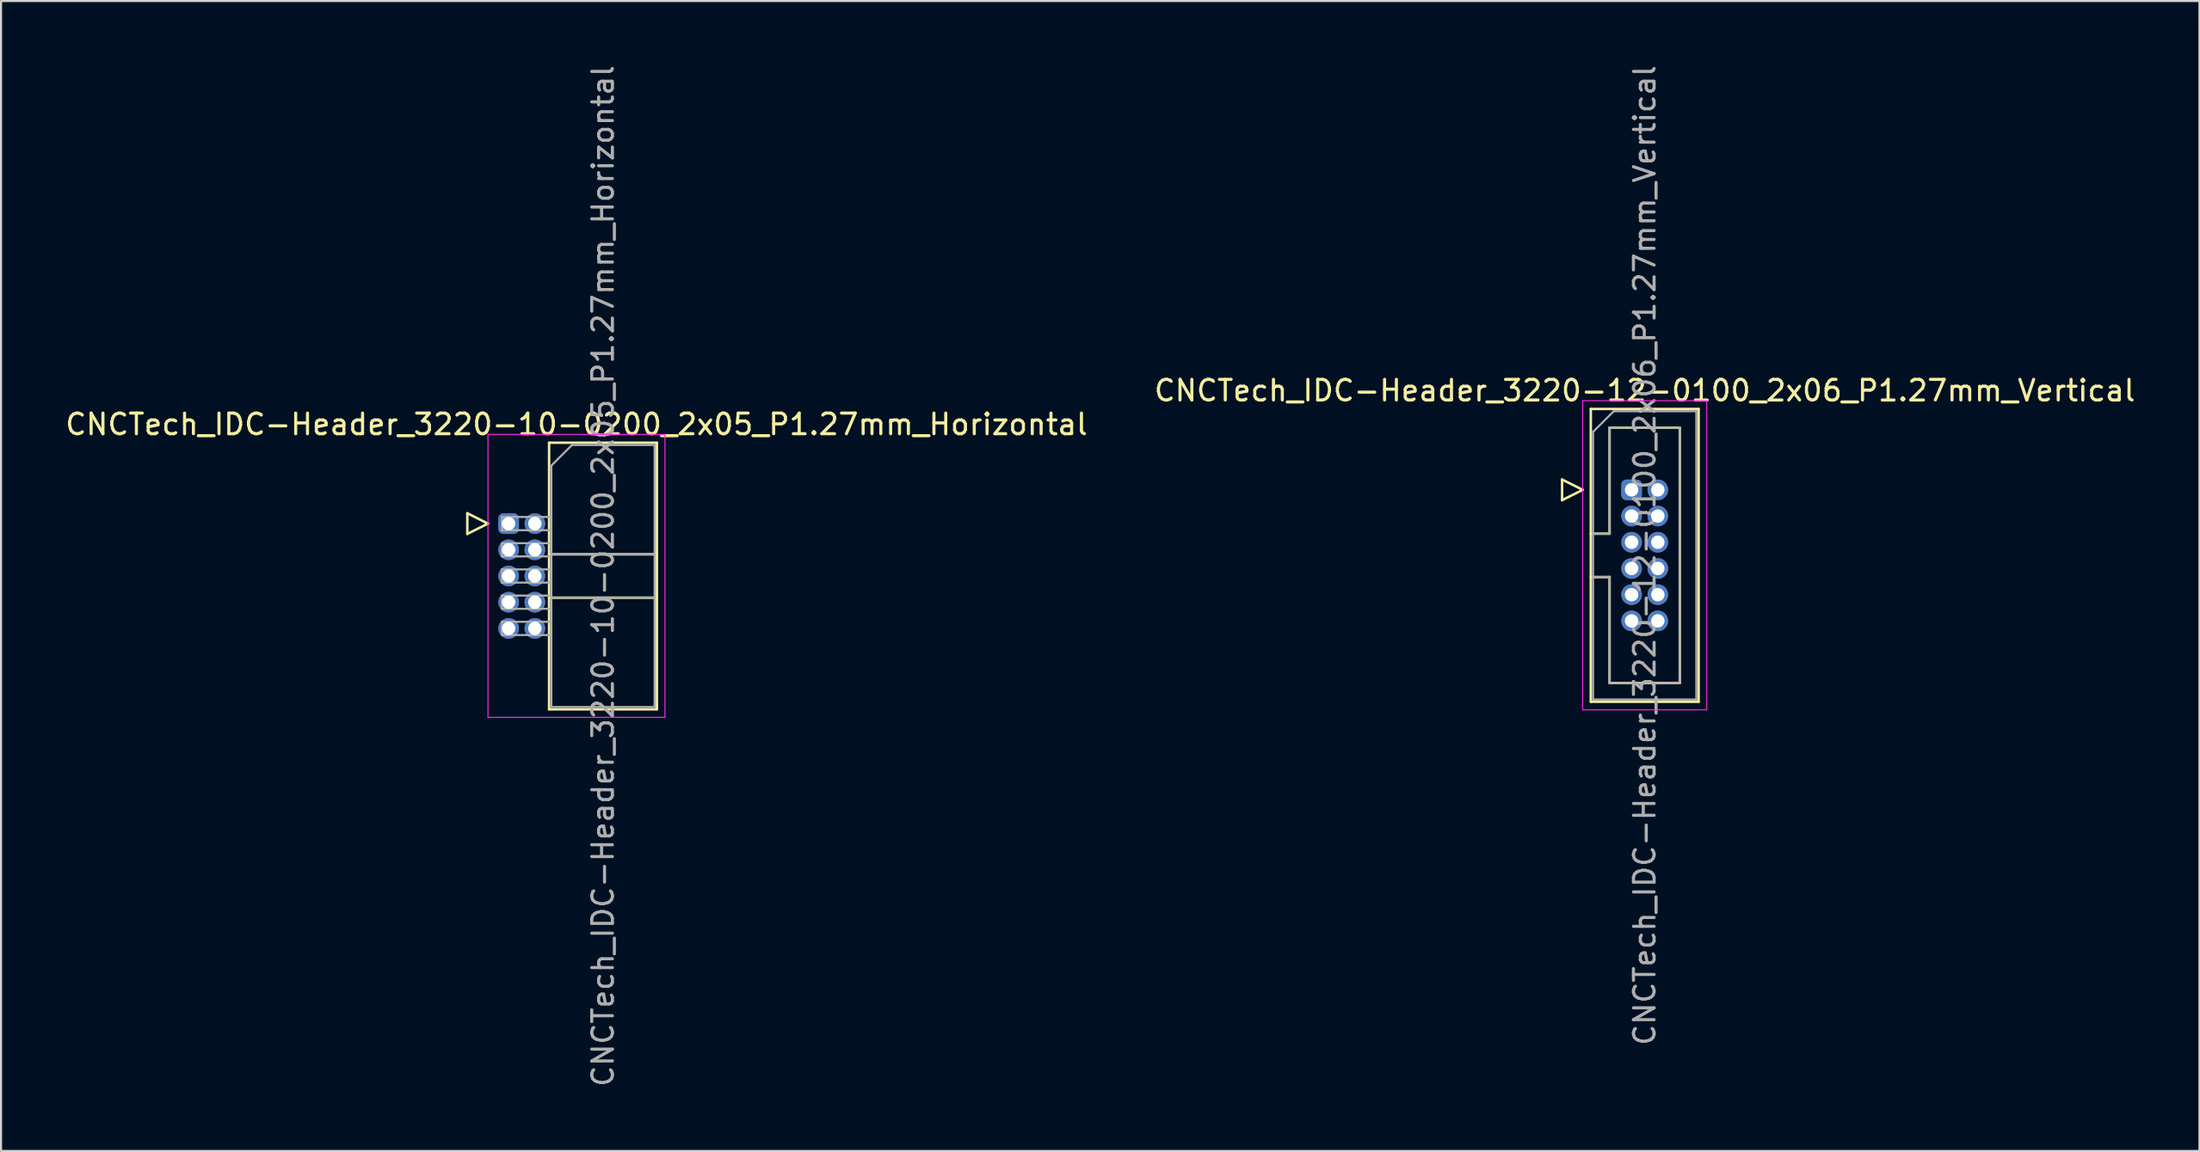
<source format=kicad_pcb>
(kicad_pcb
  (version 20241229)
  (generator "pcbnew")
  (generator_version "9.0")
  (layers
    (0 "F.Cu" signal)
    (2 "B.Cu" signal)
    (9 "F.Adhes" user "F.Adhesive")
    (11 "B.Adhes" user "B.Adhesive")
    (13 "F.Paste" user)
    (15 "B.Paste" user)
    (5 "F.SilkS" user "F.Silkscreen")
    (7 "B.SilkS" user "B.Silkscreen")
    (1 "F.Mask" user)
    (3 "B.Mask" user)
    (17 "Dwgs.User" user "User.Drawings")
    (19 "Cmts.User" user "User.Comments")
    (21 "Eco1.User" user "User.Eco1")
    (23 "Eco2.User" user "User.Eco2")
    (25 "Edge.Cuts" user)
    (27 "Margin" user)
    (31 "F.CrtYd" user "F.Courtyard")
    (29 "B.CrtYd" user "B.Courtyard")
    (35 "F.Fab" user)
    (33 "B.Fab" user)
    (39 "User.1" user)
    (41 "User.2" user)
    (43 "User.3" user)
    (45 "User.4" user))
  (footprint "CNCTech_IDC-Header_3220-12-0100_2x06_P1.27mm_Vertical"
    (layer "F.Cu")
    (at 75.954 20.688)
    (property "Reference" "CNCTech_IDC-Header_3220-12-0100_2x06_P1.27mm_Vertical" (at 0.635 -4.81 0) (layer "F.SilkS") (effects (font (size 1 1) (thickness 0.15))))
    (attr through_hole)
    (fp_line (start -3.365 -0.5) (end -3.365 0.5) (stroke (width 0.12) (type solid)) (layer "F.SilkS"))
    (fp_line (start -3.365 0.5) (end -2.365 0) (stroke (width 0.12) (type solid)) (layer "F.SilkS"))
    (fp_line (start -2.365 0) (end -3.365 -0.5) (stroke (width 0.12) (type solid)) (layer "F.SilkS"))
    (fp_line (start -1.975 -3.92) (end 3.245 -3.92) (stroke (width 0.12) (type solid)) (layer "F.SilkS"))
    (fp_line (start -1.975 2.125) (end -1.065 2.125) (stroke (width 0.12) (type solid)) (layer "F.SilkS"))
    (fp_line (start -1.975 10.27) (end -1.975 -3.92) (stroke (width 0.12) (type solid)) (layer "F.SilkS"))
    (fp_line (start -1.065 -3.01) (end 2.335 -3.01) (stroke (width 0.12) (type solid)) (layer "F.SilkS"))
    (fp_line (start -1.065 2.125) (end -1.065 -3.01) (stroke (width 0.12) (type solid)) (layer "F.SilkS"))
    (fp_line (start -1.065 4.225) (end -1.975 4.225) (stroke (width 0.12) (type solid)) (layer "F.SilkS"))
    (fp_line (start -1.065 4.225) (end -1.065 4.225) (stroke (width 0.12) (type solid)) (layer "F.SilkS"))
    (fp_line (start -1.065 9.36) (end -1.065 4.225) (stroke (width 0.12) (type solid)) (layer "F.SilkS"))
    (fp_line (start 2.335 -3.01) (end 2.335 9.36) (stroke (width 0.12) (type solid)) (layer "F.SilkS"))
    (fp_line (start 2.335 9.36) (end -1.065 9.36) (stroke (width 0.12) (type solid)) (layer "F.SilkS"))
    (fp_line (start 3.245 -3.92) (end 3.245 10.27) (stroke (width 0.12) (type solid)) (layer "F.SilkS"))
    (fp_line (start 3.245 10.27) (end -1.975 10.27) (stroke (width 0.12) (type solid)) (layer "F.SilkS"))
    (fp_line (start -2.37 -4.32) (end -2.37 10.66) (stroke (width 0.05) (type solid)) (layer "F.CrtYd"))
    (fp_line (start -2.37 10.66) (end 3.64 10.66) (stroke (width 0.05) (type solid)) (layer "F.CrtYd"))
    (fp_line (start 3.64 -4.32) (end -2.37 -4.32) (stroke (width 0.05) (type solid)) (layer "F.CrtYd"))
    (fp_line (start 3.64 10.66) (end 3.64 -4.32) (stroke (width 0.05) (type solid)) (layer "F.CrtYd"))
    (fp_line (start -1.865 -2.81) (end -0.865 -3.81) (stroke (width 0.1) (type solid)) (layer "F.Fab"))
    (fp_line (start -1.865 2.125) (end -1.065 2.125) (stroke (width 0.1) (type solid)) (layer "F.Fab"))
    (fp_line (start -1.865 10.16) (end -1.865 -2.81) (stroke (width 0.1) (type solid)) (layer "F.Fab"))
    (fp_line (start -1.065 -3.01) (end 2.335 -3.01) (stroke (width 0.1) (type solid)) (layer "F.Fab"))
    (fp_line (start -1.065 2.125) (end -1.065 -3.01) (stroke (width 0.1) (type solid)) (layer "F.Fab"))
    (fp_line (start -1.065 4.225) (end -1.865 4.225) (stroke (width 0.1) (type solid)) (layer "F.Fab"))
    (fp_line (start -1.065 4.225) (end -1.065 4.225) (stroke (width 0.1) (type solid)) (layer "F.Fab"))
    (fp_line (start -1.065 9.36) (end -1.065 4.225) (stroke (width 0.1) (type solid)) (layer "F.Fab"))
    (fp_line (start -0.865 -3.81) (end 3.135 -3.81) (stroke (width 0.1) (type solid)) (layer "F.Fab"))
    (fp_line (start 2.335 -3.01) (end 2.335 9.36) (stroke (width 0.1) (type solid)) (layer "F.Fab"))
    (fp_line (start 2.335 9.36) (end -1.065 9.36) (stroke (width 0.1) (type solid)) (layer "F.Fab"))
    (fp_line (start 3.135 -3.81) (end 3.135 10.16) (stroke (width 0.1) (type solid)) (layer "F.Fab"))
    (fp_line (start 3.135 10.16) (end -1.865 10.16) (stroke (width 0.1) (type solid)) (layer "F.Fab"))
    (fp_text user "${REFERENCE}" (at 0.635 3.175 90) (layer "F.Fab") (effects (font (size 1 1) (thickness 0.15))))
    (pad "1" thru_hole roundrect (at 0 0) (size 1 1) (drill 0.65) (layers "*.Cu" "*.Mask") (roundrect_rratio 0.25))
    (pad "2" thru_hole circle (at 1.27 0) (size 1 1) (drill 0.65) (layers "*.Cu" "*.Mask"))
    (pad "3" thru_hole circle (at 0 1.27) (size 1 1) (drill 0.65) (layers "*.Cu" "*.Mask"))
    (pad "4" thru_hole circle (at 1.27 1.27) (size 1 1) (drill 0.65) (layers "*.Cu" "*.Mask"))
    (pad "5" thru_hole circle (at 0 2.54) (size 1 1) (drill 0.65) (layers "*.Cu" "*.Mask"))
    (pad "6" thru_hole circle (at 1.27 2.54) (size 1 1) (drill 0.65) (layers "*.Cu" "*.Mask"))
    (pad "7" thru_hole circle (at 0 3.81) (size 1 1) (drill 0.65) (layers "*.Cu" "*.Mask"))
    (pad "8" thru_hole circle (at 1.27 3.81) (size 1 1) (drill 0.65) (layers "*.Cu" "*.Mask"))
    (pad "9" thru_hole circle (at 0 5.08) (size 1 1) (drill 0.65) (layers "*.Cu" "*.Mask"))
    (pad "10" thru_hole circle (at 1.27 5.08) (size 1 1) (drill 0.65) (layers "*.Cu" "*.Mask"))
    (pad "11" thru_hole circle (at 0 6.35) (size 1 1) (drill 0.65) (layers "*.Cu" "*.Mask"))
    (pad "12" thru_hole circle (at 1.27 6.35) (size 1 1) (drill 0.65) (layers "*.Cu" "*.Mask")))
  (footprint "CNCTech_IDC-Header_3220-10-0200_2x05_P1.27mm_Horizontal"
    (layer "F.Cu")
    (at 21.578 22.323)
    (property "Reference" "CNCTech_IDC-Header_3220-10-0200_2x05_P1.27mm_Horizontal" (at 3.285 -4.81 0) (layer "F.SilkS") (effects (font (size 1 1) (thickness 0.15))))
    (attr through_hole)
    (fp_line (start -2 -0.5) (end -2 0.5) (stroke (width 0.12) (type solid)) (layer "F.SilkS"))
    (fp_line (start -2 0.5) (end -1 0) (stroke (width 0.12) (type solid)) (layer "F.SilkS"))
    (fp_line (start -1 0) (end -2 -0.5) (stroke (width 0.12) (type solid)) (layer "F.SilkS"))
    (fp_line (start 1.96 -3.92) (end 7.18 -3.92) (stroke (width 0.12) (type solid)) (layer "F.SilkS"))
    (fp_line (start 1.96 1.49) (end 7.18 1.49) (stroke (width 0.12) (type solid)) (layer "F.SilkS"))
    (fp_line (start 1.96 3.59) (end 7.18 3.59) (stroke (width 0.12) (type solid)) (layer "F.SilkS"))
    (fp_line (start 1.96 9) (end 1.96 -3.92) (stroke (width 0.12) (type solid)) (layer "F.SilkS"))
    (fp_line (start 7.18 -3.92) (end 7.18 9) (stroke (width 0.12) (type solid)) (layer "F.SilkS"))
    (fp_line (start 7.18 9) (end 1.96 9) (stroke (width 0.12) (type solid)) (layer "F.SilkS"))
    (fp_line (start -1 -4.32) (end -1 9.39) (stroke (width 0.05) (type solid)) (layer "F.CrtYd"))
    (fp_line (start -1 9.39) (end 7.57 9.39) (stroke (width 0.05) (type solid)) (layer "F.CrtYd"))
    (fp_line (start 7.57 -4.32) (end -1 -4.32) (stroke (width 0.05) (type solid)) (layer "F.CrtYd"))
    (fp_line (start 7.57 9.39) (end 7.57 -4.32) (stroke (width 0.05) (type solid)) (layer "F.CrtYd"))
    (fp_line (start -0.32 -0.32) (end -0.32 0.32) (stroke (width 0.1) (type solid)) (layer "F.Fab"))
    (fp_line (start -0.32 0.32) (end 2.07 0.32) (stroke (width 0.1) (type solid)) (layer "F.Fab"))
    (fp_line (start -0.32 0.95) (end -0.32 1.59) (stroke (width 0.1) (type solid)) (layer "F.Fab"))
    (fp_line (start -0.32 1.59) (end 2.07 1.59) (stroke (width 0.1) (type solid)) (layer "F.Fab"))
    (fp_line (start -0.32 2.22) (end -0.32 2.86) (stroke (width 0.1) (type solid)) (layer "F.Fab"))
    (fp_line (start -0.32 2.86) (end 2.07 2.86) (stroke (width 0.1) (type solid)) (layer "F.Fab"))
    (fp_line (start -0.32 3.49) (end -0.32 4.13) (stroke (width 0.1) (type solid)) (layer "F.Fab"))
    (fp_line (start -0.32 4.13) (end 2.07 4.13) (stroke (width 0.1) (type solid)) (layer "F.Fab"))
    (fp_line (start -0.32 4.76) (end -0.32 5.4) (stroke (width 0.1) (type solid)) (layer "F.Fab"))
    (fp_line (start -0.32 5.4) (end 2.07 5.4) (stroke (width 0.1) (type solid)) (layer "F.Fab"))
    (fp_line (start 2.07 -2.81) (end 3.07 -3.81) (stroke (width 0.1) (type solid)) (layer "F.Fab"))
    (fp_line (start 2.07 -0.32) (end -0.32 -0.32) (stroke (width 0.1) (type solid)) (layer "F.Fab"))
    (fp_line (start 2.07 0.95) (end -0.32 0.95) (stroke (width 0.1) (type solid)) (layer "F.Fab"))
    (fp_line (start 2.07 1.49) (end 7.07 1.49) (stroke (width 0.1) (type solid)) (layer "F.Fab"))
    (fp_line (start 2.07 2.22) (end -0.32 2.22) (stroke (width 0.1) (type solid)) (layer "F.Fab"))
    (fp_line (start 2.07 3.49) (end -0.32 3.49) (stroke (width 0.1) (type solid)) (layer "F.Fab"))
    (fp_line (start 2.07 3.59) (end 7.07 3.59) (stroke (width 0.1) (type solid)) (layer "F.Fab"))
    (fp_line (start 2.07 4.76) (end -0.32 4.76) (stroke (width 0.1) (type solid)) (layer "F.Fab"))
    (fp_line (start 2.07 8.89) (end 2.07 -2.81) (stroke (width 0.1) (type solid)) (layer "F.Fab"))
    (fp_line (start 3.07 -3.81) (end 7.07 -3.81) (stroke (width 0.1) (type solid)) (layer "F.Fab"))
    (fp_line (start 7.07 -3.81) (end 7.07 8.89) (stroke (width 0.1) (type solid)) (layer "F.Fab"))
    (fp_line (start 7.07 8.89) (end 2.07 8.89) (stroke (width 0.1) (type solid)) (layer "F.Fab"))
    (fp_text user "${REFERENCE}" (at 4.57 2.54 90) (layer "F.Fab") (effects (font (size 1 1) (thickness 0.15))))
    (pad "1" thru_hole roundrect (at 0 0) (size 1 1) (drill 0.65) (layers "*.Cu" "*.Mask") (roundrect_rratio 0.25))
    (pad "2" thru_hole circle (at 1.27 0) (size 1 1) (drill 0.65) (layers "*.Cu" "*.Mask"))
    (pad "3" thru_hole circle (at 0 1.27) (size 1 1) (drill 0.65) (layers "*.Cu" "*.Mask"))
    (pad "4" thru_hole circle (at 1.27 1.27) (size 1 1) (drill 0.65) (layers "*.Cu" "*.Mask"))
    (pad "5" thru_hole circle (at 0 2.54) (size 1 1) (drill 0.65) (layers "*.Cu" "*.Mask"))
    (pad "6" thru_hole circle (at 1.27 2.54) (size 1 1) (drill 0.65) (layers "*.Cu" "*.Mask"))
    (pad "7" thru_hole circle (at 0 3.81) (size 1 1) (drill 0.65) (layers "*.Cu" "*.Mask"))
    (pad "8" thru_hole circle (at 1.27 3.81) (size 1 1) (drill 0.65) (layers "*.Cu" "*.Mask"))
    (pad "9" thru_hole circle (at 0 5.08) (size 1 1) (drill 0.65) (layers "*.Cu" "*.Mask"))
    (pad "10" thru_hole circle (at 1.27 5.08) (size 1 1) (drill 0.65) (layers "*.Cu" "*.Mask")))
  (gr_rect
    (start -3 -3)
    (end 103.452 52.726)
    (stroke (width 0.1) (type default))
    (fill no)
    (layer "Edge.Cuts")))
</source>
